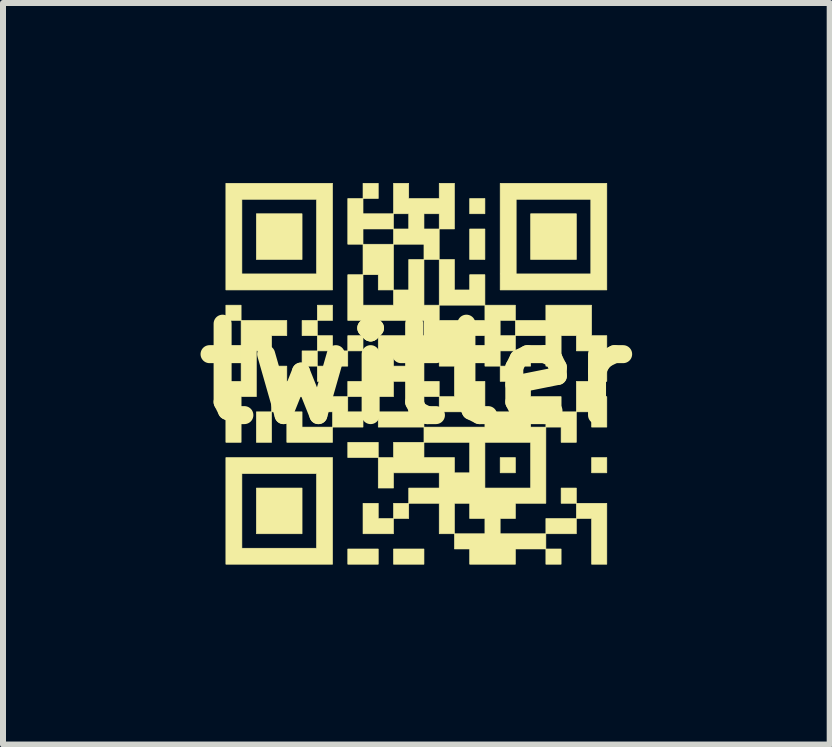
<source format=kicad_pcb>
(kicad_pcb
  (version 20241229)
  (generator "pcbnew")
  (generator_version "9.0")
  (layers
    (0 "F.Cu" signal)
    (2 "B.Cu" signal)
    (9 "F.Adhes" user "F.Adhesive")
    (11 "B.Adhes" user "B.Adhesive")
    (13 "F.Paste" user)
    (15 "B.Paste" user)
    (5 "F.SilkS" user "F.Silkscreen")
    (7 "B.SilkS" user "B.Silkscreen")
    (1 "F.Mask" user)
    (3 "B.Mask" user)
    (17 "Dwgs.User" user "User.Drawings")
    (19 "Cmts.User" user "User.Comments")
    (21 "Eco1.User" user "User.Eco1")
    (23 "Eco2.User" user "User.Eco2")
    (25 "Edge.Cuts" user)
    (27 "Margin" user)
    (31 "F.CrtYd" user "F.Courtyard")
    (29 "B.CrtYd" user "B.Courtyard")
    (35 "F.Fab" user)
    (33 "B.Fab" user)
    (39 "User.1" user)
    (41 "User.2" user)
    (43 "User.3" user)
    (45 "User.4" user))
  (footprint "twitter"
    (layer "F.Cu")
    (at 3.89 3.18)
    (property "Reference" "twitter" (at 0 0 0) (layer "F.SilkS") (effects (font (size 1.524 1.524) (thickness 0.3))))
    (attr through_hole)
    (fp_poly (pts (xy -3.175 -0.889) (xy -3.175 -1.143) (xy -2.921 -1.143) (xy -2.921 -0.889) (xy -3.175 -0.889)) (stroke (width 0.01) (type solid)) (fill yes) (layer "F.SilkS"))
    (fp_poly (pts (xy -2.413 1.143) (xy -2.667 1.143) (xy -2.667 0.635) (xy -2.413 0.635) (xy -2.413 1.143)) (stroke (width 0.01) (type solid)) (fill yes) (layer "F.SilkS"))
    (fp_poly (pts (xy -1.905 -1.905) (xy -2.667 -1.905) (xy -2.667 -2.667) (xy -1.905 -2.667) (xy -1.905 -1.905)) (stroke (width 0.01) (type solid)) (fill yes) (layer "F.SilkS"))
    (fp_poly (pts (xy -1.905 2.667) (xy -2.667 2.667) (xy -2.667 1.905) (xy -1.905 1.905) (xy -1.905 2.667)) (stroke (width 0.01) (type solid)) (fill yes) (layer "F.SilkS"))
    (fp_poly (pts (xy -1.651 -1.143) (xy -1.397 -1.143) (xy -1.397 -0.889) (xy -1.651 -0.889) (xy -1.651 -1.143)) (stroke (width 0.01) (type solid)) (fill yes) (layer "F.SilkS"))
    (fp_poly (pts (xy -1.651 -0.635) (xy -1.905 -0.635) (xy -1.905 -0.889) (xy -1.651 -0.889) (xy -1.651 -0.635)) (stroke (width 0.01) (type solid)) (fill yes) (layer "F.SilkS"))
    (fp_poly (pts (xy -1.143 0.127) (xy -0.889 0.127) (xy -0.889 0.381) (xy -1.143 0.381) (xy -1.143 0.127)) (stroke (width 0.01) (type solid)) (fill yes) (layer "F.SilkS"))
    (fp_poly (pts (xy -1.143 1.397) (xy -1.143 1.143) (xy -0.635 1.143) (xy -0.635 1.397) (xy -1.143 1.397)) (stroke (width 0.01) (type solid)) (fill yes) (layer "F.SilkS"))
    (fp_poly (pts (xy -0.889 -3.175) (xy -0.635 -3.175) (xy -0.635 -2.921) (xy -0.889 -2.921) (xy -0.889 -3.175)) (stroke (width 0.01) (type solid)) (fill yes) (layer "F.SilkS"))
    (fp_poly (pts (xy -0.635 3.175) (xy -1.143 3.175) (xy -1.143 2.921) (xy -0.635 2.921) (xy -0.635 3.175)) (stroke (width 0.01) (type solid)) (fill yes) (layer "F.SilkS"))
    (fp_poly (pts (xy -0.381 2.159) (xy -0.127 2.159) (xy -0.127 2.413) (xy -0.381 2.413) (xy -0.381 2.159)) (stroke (width 0.01) (type solid)) (fill yes) (layer "F.SilkS"))
    (fp_poly (pts (xy 0.127 3.175) (xy -0.381 3.175) (xy -0.381 2.921) (xy 0.127 2.921) (xy 0.127 3.175)) (stroke (width 0.01) (type solid)) (fill yes) (layer "F.SilkS"))
    (fp_poly (pts (xy 1.143 -2.667) (xy 0.889 -2.667) (xy 0.889 -2.921) (xy 1.143 -2.921) (xy 1.143 -2.667)) (stroke (width 0.01) (type solid)) (fill yes) (layer "F.SilkS"))
    (fp_poly (pts (xy 1.143 -1.905) (xy 0.889 -1.905) (xy 0.889 -2.413) (xy 1.143 -2.413) (xy 1.143 -1.905)) (stroke (width 0.01) (type solid)) (fill yes) (layer "F.SilkS"))
    (fp_poly (pts (xy 1.651 -0.381) (xy 1.905 -0.381) (xy 1.905 -0.127) (xy 1.651 -0.127) (xy 1.651 -0.381)) (stroke (width 0.01) (type solid)) (fill yes) (layer "F.SilkS"))
    (fp_poly (pts (xy 1.651 0.127) (xy 1.397 0.127) (xy 1.397 -0.127) (xy 1.651 -0.127) (xy 1.651 0.127)) (stroke (width 0.01) (type solid)) (fill yes) (layer "F.SilkS"))
    (fp_poly (pts (xy 1.651 1.651) (xy 1.397 1.651) (xy 1.397 1.397) (xy 1.651 1.397) (xy 1.651 1.651)) (stroke (width 0.01) (type solid)) (fill yes) (layer "F.SilkS"))
    (fp_poly (pts (xy 2.413 2.159) (xy 2.413 1.905) (xy 2.667 1.905) (xy 2.667 2.159) (xy 2.413 2.159)) (stroke (width 0.01) (type solid)) (fill yes) (layer "F.SilkS"))
    (fp_poly (pts (xy 2.413 3.175) (xy 2.159 3.175) (xy 2.159 2.921) (xy 2.413 2.921) (xy 2.413 3.175)) (stroke (width 0.01) (type solid)) (fill yes) (layer "F.SilkS"))
    (fp_poly (pts (xy 2.667 -1.905) (xy 1.905 -1.905) (xy 1.905 -2.667) (xy 2.667 -2.667) (xy 2.667 -1.905)) (stroke (width 0.01) (type solid)) (fill yes) (layer "F.SilkS"))
    (fp_poly (pts (xy 2.667 2.667) (xy 2.159 2.667) (xy 2.159 2.413) (xy 2.667 2.413) (xy 2.667 2.667)) (stroke (width 0.01) (type solid)) (fill yes) (layer "F.SilkS"))
    (fp_poly (pts (xy 3.175 1.651) (xy 2.921 1.651) (xy 2.921 1.397) (xy 3.175 1.397) (xy 3.175 1.651)) (stroke (width 0.01) (type solid)) (fill yes) (layer "F.SilkS"))
    (fp_poly (pts (xy -1.397 1.143) (xy -2.159 1.143) (xy -2.159 0.635) (xy -1.905 0.635) (xy -1.905 0.889) (xy -1.397 0.889) (xy -1.397 1.143)) (stroke (width 0.01) (type solid)) (fill yes) (layer "F.SilkS"))
    (fp_poly (pts (xy -0.381 2.667) (xy -0.889 2.667) (xy -0.889 2.159) (xy -0.635 2.159) (xy -0.635 2.413) (xy -0.381 2.413) (xy -0.381 2.667)) (stroke (width 0.01) (type solid)) (fill yes) (layer "F.SilkS"))
    (fp_poly (pts (xy 3.175 2.159) (xy 3.175 3.175) (xy 2.921 3.175) (xy 2.921 2.413) (xy 2.667 2.413) (xy 2.667 2.159) (xy 3.175 2.159)) (stroke (width 0.01) (type solid)) (fill yes) (layer "F.SilkS"))
    (fp_poly (pts (xy -2.413 -0.127) (xy -2.159 -0.127) (xy -2.159 0.127) (xy -1.905 0.127) (xy -1.905 0.381) (xy -2.159 0.381) (xy -2.159 0.635) (xy -2.413 0.635) (xy -2.413 -0.127)) (stroke (width 0.01) (type solid)) (fill yes) (layer "F.SilkS"))
    (fp_poly (pts (xy -1.397 0.635) (xy -1.651 0.635) (xy -1.651 0.381) (xy -1.143 0.381) (xy -1.143 0.635) (xy -0.889 0.635) (xy -0.889 0.889) (xy -1.397 0.889) (xy -1.397 0.635)) (stroke (width 0.01) (type solid)) (fill yes) (layer "F.SilkS"))
    (fp_poly (pts (xy 0.381 -1.143) (xy 0.381 -1.905) (xy 0.635 -1.905) (xy 0.635 -1.397) (xy 0.889 -1.397) (xy 0.889 -1.651) (xy 1.143 -1.651) (xy 1.143 -1.143) (xy 0.381 -1.143)) (stroke (width 0.01) (type solid)) (fill yes) (layer "F.SilkS"))
    (fp_poly (pts (xy -1.397 -1.397) (xy -3.175 -1.397) (xy -3.175 -2.908) (xy -2.908 -2.908) (xy -2.908 -1.664) (xy -1.664 -1.664) (xy -1.664 -2.908) (xy -2.908 -2.908) (xy -3.175 -2.908) (xy -3.175 -3.175) (xy -1.397 -3.175) (xy -1.397 -1.397)) (stroke (width 0.01) (type solid)) (fill yes) (layer "F.SilkS"))
    (fp_poly (pts (xy -1.397 3.175) (xy -3.175 3.175) (xy -3.175 1.664) (xy -2.908 1.664) (xy -2.908 2.908) (xy -1.664 2.908) (xy -1.664 1.664) (xy -2.908 1.664) (xy -3.175 1.664) (xy -3.175 1.397) (xy -1.397 1.397) (xy -1.397 3.175)) (stroke (width 0.01) (type solid)) (fill yes) (layer "F.SilkS"))
    (fp_poly (pts (xy 3.175 -1.397) (xy 1.397 -1.397) (xy 1.397 -2.908) (xy 1.664 -2.908) (xy 1.664 -1.664) (xy 2.908 -1.664) (xy 2.908 -2.908) (xy 1.664 -2.908) (xy 1.397 -2.908) (xy 1.397 -3.175) (xy 3.175 -3.175) (xy 3.175 -1.397)) (stroke (width 0.01) (type solid)) (fill yes) (layer "F.SilkS"))
    (fp_poly (pts (xy -2.159 -0.889) (xy -2.159 -0.635) (xy -2.413 -0.635) (xy -2.413 -0.381) (xy -2.667 -0.381) (xy -2.667 0.381) (xy -2.921 0.381) (xy -2.921 1.143) (xy -3.175 1.143) (xy -3.175 0.127) (xy -2.921 0.127) (xy -2.921 -0.889) (xy -2.159 -0.889)) (stroke (width 0.01) (type solid)) (fill yes) (layer "F.SilkS"))
    (fp_poly (pts (xy -1.397 -0.635) (xy -1.397 -0.381) (xy -1.143 -0.381) (xy -1.143 -0.127) (xy -1.397 -0.127) (xy -1.397 0.127) (xy -1.651 0.127) (xy -1.651 -0.127) (xy -1.905 -0.127) (xy -1.905 -0.381) (xy -1.651 -0.381) (xy -1.651 -0.127) (xy -1.397 -0.127) (xy -1.397 -0.381) (xy -1.651 -0.381) (xy -1.651 -0.635) (xy -1.397 -0.635)) (stroke (width 0.01) (type solid)) (fill yes) (layer "F.SilkS"))
    (fp_poly (pts (xy 1.651 -1.143) (xy 1.651 -0.889) (xy 2.159 -0.889) (xy 2.159 -1.143) (xy 2.921 -1.143) (xy 2.921 -0.635) (xy 3.175 -0.635) (xy 3.175 0.127) (xy 2.921 0.127) (xy 2.921 0.381) (xy 3.175 0.381) (xy 3.175 0.889) (xy 2.921 0.889) (xy 2.921 0.635) (xy 2.667 0.635) (xy 2.667 1.143) (xy 2.413 1.143) (xy 2.413 0.889) (xy 2.159 0.889) (xy 2.159 2.159) (xy 1.651 2.159) (xy 1.651 2.413) (xy 1.397 2.413) (xy 1.397 2.667) (xy 2.159 2.667) (xy 2.159 2.921) (xy 1.651 2.921) (xy 1.651 3.175) (xy 0.889 3.175) (xy 0.889 2.921) (xy 0.635 2.921) (xy 0.635 2.667) (xy 0.381 2.667) (xy 0.381 2.159) (xy 0.635 2.159) (xy 0.635 2.667) (xy 1.143 2.667) (xy 1.143 2.413) (xy 0.889 2.413) (xy 0.889 2.159) (xy 0.635 2.159) (xy 0.381 2.159) (xy -0.127 2.159) (xy -0.127 1.905) (xy 0.381 1.905) (xy 0.381 1.651) (xy -0.381 1.651) (xy -0.381 1.905) (xy -0.635 1.905) (xy -0.635 1.397) (xy -0.381 1.397) (xy -0.381 1.143) (xy 0.127 1.143) (xy 0.127 1.397) (xy 0.635 1.397) (xy 0.635 1.651) (xy 0.889 1.651) (xy 0.889 1.143) (xy 1.143 1.143) (xy 1.143 1.905) (xy 1.905 1.905) (xy 1.905 1.143) (xy 1.143 1.143) (xy 0.889 1.143) (xy 0.127 1.143) (xy 0.127 0.889) (xy -0.635 0.889) (xy -0.635 0.635) (xy -0.127 0.635) (xy -0.127 0.381) (xy 0.127 0.381) (xy 0.127 0.889) (xy 1.143 0.889) (xy 1.143 0.635) (xy 0.381 0.635) (xy 0.381 0.381) (xy 0.127 0.381) (xy -0.127 0.381) (xy -0.127 0.127) (xy -0.381 0.127) (xy -0.381 0.381) (xy -0.635 0.381) (xy -0.635 -0.127) (xy -0.889 -0.127) (xy -0.889 -0.381) (xy -1.143 -0.381) (xy -1.143 -0.635) (xy -0.889 -0.635) (xy -0.889 -0.381) (xy -0.635 -0.381) (xy -0.381 -0.381) (xy -0.381 -0.127) (xy -0.127 -0.127) (xy -0.127 -0.381) (xy 0.127 -0.381) (xy 0.127 0.127) (xy 0.381 0.127) (xy 0.381 0.381) (xy 0.635 0.381) (xy 0.635 -0.127) (xy 0.381 -0.127) (xy 0.381 -0.381) (xy 0.127 -0.381) (xy -0.127 -0.381) (xy -0.381 -0.381) (xy -0.635 -0.381) (xy -0.635 -0.635) (xy -0.889 -0.635) (xy -0.889 -0.889) (xy -0.635 -0.889) (xy -0.635 -0.635) (xy 0.127 -0.635) (xy 0.889 -0.635) (xy 0.889 0.127) (xy 1.143 0.127) (xy 1.143 0.635) (xy 1.651 0.635) (xy 1.905 0.635) (xy 1.905 0.889) (xy 2.159 0.889) (xy 2.159 0.635) (xy 1.905 0.635) (xy 1.651 0.635) (xy 1.651 0.127) (xy 1.905 0.127) (xy 1.905 0.381) (xy 2.413 0.381) (xy 2.413 0.635) (xy 2.667 0.635) (xy 2.667 0.127) (xy 2.921 0.127) (xy 2.921 -0.381) (xy 2.667 -0.381) (xy 2.667 -0.635) (xy 2.413 -0.635) (xy 2.413 -0.127) (xy 2.159 -0.127) (xy 2.159 -0.635) (xy 1.651 -0.635) (xy 1.651 -0.381) (xy 1.397 -0.381) (xy 1.397 -0.127) (xy 1.143 -0.127) (xy 1.143 -0.635) (xy 0.889 -0.635) (xy 0.127 -0.635) (xy 0.127 -0.889) (xy -0.635 -0.889) (xy -0.889 -0.889) (xy -1.143 -0.889) (xy -1.143 -1.651) (xy -0.889 -1.651) (xy -0.889 -1.143) (xy -0.381 -1.143) (xy -0.381 -1.397) (xy -0.635 -1.397) (xy -0.635 -1.651) (xy -0.889 -1.651) (xy -0.889 -2.159) (xy -1.143 -2.159) (xy -1.143 -2.413) (xy -0.889 -2.413) (xy -0.889 -2.159) (xy -0.381 -2.159) (xy -0.381 -1.397) (xy -0.127 -1.397) (xy -0.127 -1.905) (xy 0.127 -1.905) (xy 0.127 -2.159) (xy -0.381 -2.159) (xy -0.381 -2.413) (xy -0.889 -2.413) (xy -1.143 -2.413) (xy -1.143 -2.921) (xy -0.889 -2.921) (xy -0.889 -2.667) (xy -0.381 -2.667) (xy -0.381 -2.413) (xy -0.127 -2.413) (xy -0.127 -2.667) (xy 0.127 -2.667) (xy 0.127 -2.413) (xy 0.381 -2.413) (xy 0.381 -2.667) (xy 0.127 -2.667) (xy -0.127 -2.667) (xy -0.381 -2.667) (xy -0.381 -3.175) (xy -0.127 -3.175) (xy -0.127 -2.921) (xy 0.381 -2.921) (xy 0.381 -3.175) (xy 0.635 -3.175) (xy 0.635 -2.413) (xy 0.381 -2.413) (xy 0.381 -1.905) (xy 0.127 -1.905) (xy 0.127 -1.143) (xy 0.381 -1.143) (xy 0.381 -0.889) (xy 1.143 -0.889) (xy 1.397 -0.889) (xy 1.397 -0.635) (xy 1.651 -0.635) (xy 1.651 -0.889) (xy 1.397 -0.889) (xy 1.143 -0.889) (xy 1.143 -1.143) (xy 1.651 -1.143)) (stroke (width 0.01) (type solid)) (fill yes) (layer "F.SilkS")))
  (gr_rect
    (start -3 -3)
    (end 10.78 9.36)
    (stroke (width 0.1) (type default))
    (fill no)
    (layer "Edge.Cuts")))
</source>
